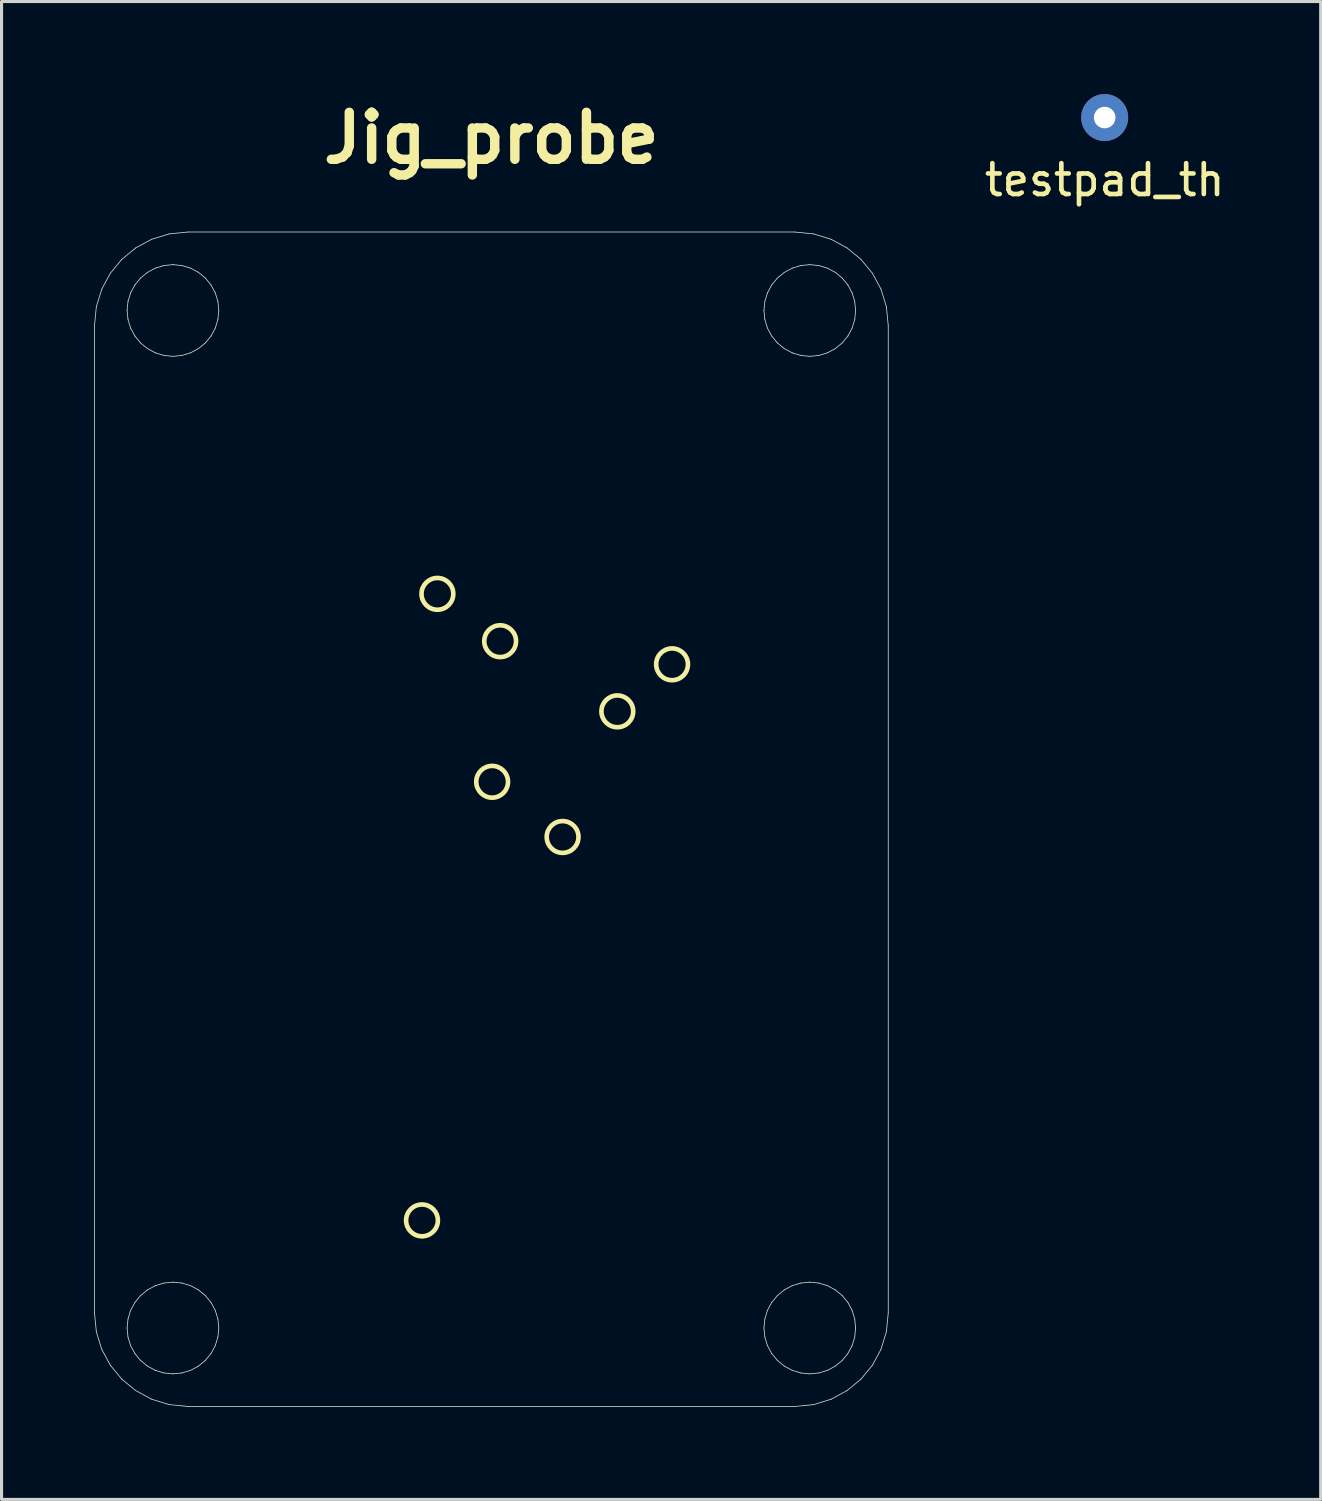
<source format=kicad_pcb>
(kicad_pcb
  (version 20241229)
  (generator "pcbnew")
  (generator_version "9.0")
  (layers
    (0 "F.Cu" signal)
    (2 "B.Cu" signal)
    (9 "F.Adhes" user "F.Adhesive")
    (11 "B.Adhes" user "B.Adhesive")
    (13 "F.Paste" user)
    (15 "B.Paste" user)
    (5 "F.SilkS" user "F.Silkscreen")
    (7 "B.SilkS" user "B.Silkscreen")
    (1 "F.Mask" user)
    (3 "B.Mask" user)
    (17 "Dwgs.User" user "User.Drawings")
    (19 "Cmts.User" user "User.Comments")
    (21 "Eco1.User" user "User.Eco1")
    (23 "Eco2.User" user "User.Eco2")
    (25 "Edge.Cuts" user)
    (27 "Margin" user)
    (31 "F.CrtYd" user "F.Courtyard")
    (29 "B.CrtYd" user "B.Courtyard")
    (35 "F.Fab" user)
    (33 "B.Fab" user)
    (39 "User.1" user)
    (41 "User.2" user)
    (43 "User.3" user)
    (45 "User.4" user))
  (footprint "testpad_th"
    (layer "F.Cu")
    (at 32.777 0.762)
    (property "Reference" "testpad_th" (at 0 2.025 0) (layer "F.SilkS") (effects (font (size 1 1) (thickness 0.15))))
    (attr through_hole)
    (pad "1" thru_hole circle (at 0 0) (size 1.524 1.524) (drill 0.7) (layers "*.Cu" "*.Mask")))
  (footprint "Jig_probe"
    (layer "F.Cu")
    (at 12.886 23.52)
    (property "Reference" "Jig_probe" (at 0 -22.093 0) (layer "F.SilkS") (effects (font (size 1.524 1.524) (thickness 0.305))))
    (attr smd)
    (fp_circle (center -2.25 13.01) (end -1.925 12.61) (stroke (width 0.15) (type solid)) (fill no) (layer "F.SilkS"))
    (fp_circle (center -1.75 -7.31) (end -1.425 -7.71) (stroke (width 0.15) (type solid)) (fill no) (layer "F.SilkS"))
    (fp_circle (center 0.025 -1.215) (end 0.54 -1.215) (stroke (width 0.15) (type solid)) (fill no) (layer "F.SilkS"))
    (fp_circle (center 0.285 -5.775) (end 0.61 -6.175) (stroke (width 0.15) (type solid)) (fill no) (layer "F.SilkS"))
    (fp_circle (center 2.31 0.575) (end 2.635 0.175) (stroke (width 0.15) (type solid)) (fill no) (layer "F.SilkS"))
    (fp_circle (center 4.085 -3.5) (end 4.41 -3.9) (stroke (width 0.15) (type solid)) (fill no) (layer "F.SilkS"))
    (fp_circle (center 5.86 -5.025) (end 6.185 -5.425) (stroke (width 0.15) (type solid)) (fill no) (layer "F.SilkS"))
    (fp_line (start -12.872 -16.011) (end -12.872 16.011) (stroke (width 0.026) (type solid)) (layer "Edge.Cuts"))
    (fp_line (start -12.872 16.011) (end -12.811 16.624) (stroke (width 0.026) (type solid)) (layer "Edge.Cuts"))
    (fp_line (start -12.811 -16.624) (end -12.872 -16.011) (stroke (width 0.026) (type solid)) (layer "Edge.Cuts"))
    (fp_line (start -12.811 16.624) (end -12.635 17.194) (stroke (width 0.026) (type solid)) (layer "Edge.Cuts"))
    (fp_line (start -12.635 -17.194) (end -12.811 -16.624) (stroke (width 0.026) (type solid)) (layer "Edge.Cuts"))
    (fp_line (start -12.635 17.194) (end -12.356 17.71) (stroke (width 0.026) (type solid)) (layer "Edge.Cuts"))
    (fp_line (start -12.356 -17.71) (end -12.635 -17.194) (stroke (width 0.026) (type solid)) (layer "Edge.Cuts"))
    (fp_line (start -12.356 17.71) (end -11.986 18.159) (stroke (width 0.026) (type solid)) (layer "Edge.Cuts"))
    (fp_line (start -11.986 -18.159) (end -12.356 -17.71) (stroke (width 0.026) (type solid)) (layer "Edge.Cuts"))
    (fp_line (start -11.986 18.159) (end -11.537 18.528) (stroke (width 0.026) (type solid)) (layer "Edge.Cuts"))
    (fp_line (start -11.814 -16.5) (end -11.784 -16.8) (stroke (width 0.026) (type solid)) (layer "Edge.Cuts"))
    (fp_line (start -11.814 16.5) (end -11.785 16.209) (stroke (width 0.026) (type solid)) (layer "Edge.Cuts"))
    (fp_line (start -11.785 -16.209) (end -11.814 -16.5) (stroke (width 0.026) (type solid)) (layer "Edge.Cuts"))
    (fp_line (start -11.785 16.209) (end -11.701 15.931) (stroke (width 0.026) (type solid)) (layer "Edge.Cuts"))
    (fp_line (start -11.784 -16.8) (end -11.697 -17.079) (stroke (width 0.026) (type solid)) (layer "Edge.Cuts"))
    (fp_line (start -11.784 16.8) (end -11.814 16.5) (stroke (width 0.026) (type solid)) (layer "Edge.Cuts"))
    (fp_line (start -11.701 -15.931) (end -11.785 -16.209) (stroke (width 0.026) (type solid)) (layer "Edge.Cuts"))
    (fp_line (start -11.701 15.931) (end -11.564 15.675) (stroke (width 0.026) (type solid)) (layer "Edge.Cuts"))
    (fp_line (start -11.697 -17.079) (end -11.56 -17.331) (stroke (width 0.026) (type solid)) (layer "Edge.Cuts"))
    (fp_line (start -11.697 17.079) (end -11.784 16.8) (stroke (width 0.026) (type solid)) (layer "Edge.Cuts"))
    (fp_line (start -11.564 -15.675) (end -11.701 -15.931) (stroke (width 0.026) (type solid)) (layer "Edge.Cuts"))
    (fp_line (start -11.564 15.675) (end -11.379 15.449) (stroke (width 0.026) (type solid)) (layer "Edge.Cuts"))
    (fp_line (start -11.56 -17.331) (end -11.379 -17.551) (stroke (width 0.026) (type solid)) (layer "Edge.Cuts"))
    (fp_line (start -11.56 17.331) (end -11.697 17.079) (stroke (width 0.026) (type solid)) (layer "Edge.Cuts"))
    (fp_line (start -11.537 -18.528) (end -11.986 -18.159) (stroke (width 0.026) (type solid)) (layer "Edge.Cuts"))
    (fp_line (start -11.537 18.528) (end -11.022 18.808) (stroke (width 0.026) (type solid)) (layer "Edge.Cuts"))
    (fp_line (start -11.379 -15.449) (end -11.564 -15.675) (stroke (width 0.026) (type solid)) (layer "Edge.Cuts"))
    (fp_line (start -11.379 15.449) (end -11.152 15.263) (stroke (width 0.026) (type solid)) (layer "Edge.Cuts"))
    (fp_line (start -11.379 -17.551) (end -11.159 -17.733) (stroke (width 0.026) (type solid)) (layer "Edge.Cuts"))
    (fp_line (start -11.379 17.551) (end -11.56 17.331) (stroke (width 0.026) (type solid)) (layer "Edge.Cuts"))
    (fp_line (start -11.159 -17.733) (end -10.906 -17.87) (stroke (width 0.026) (type solid)) (layer "Edge.Cuts"))
    (fp_line (start -11.159 17.733) (end -11.379 17.551) (stroke (width 0.026) (type solid)) (layer "Edge.Cuts"))
    (fp_line (start -11.152 -15.263) (end -11.379 -15.449) (stroke (width 0.026) (type solid)) (layer "Edge.Cuts"))
    (fp_line (start -11.152 15.263) (end -10.896 15.126) (stroke (width 0.026) (type solid)) (layer "Edge.Cuts"))
    (fp_line (start -11.022 -18.808) (end -11.537 -18.528) (stroke (width 0.026) (type solid)) (layer "Edge.Cuts"))
    (fp_line (start -11.022 18.808) (end -10.452 18.984) (stroke (width 0.026) (type solid)) (layer "Edge.Cuts"))
    (fp_line (start -10.906 -17.87) (end -10.627 -17.957) (stroke (width 0.026) (type solid)) (layer "Edge.Cuts"))
    (fp_line (start -10.906 17.87) (end -11.159 17.733) (stroke (width 0.026) (type solid)) (layer "Edge.Cuts"))
    (fp_line (start -10.896 -15.126) (end -11.152 -15.263) (stroke (width 0.026) (type solid)) (layer "Edge.Cuts"))
    (fp_line (start -10.896 15.126) (end -10.619 15.042) (stroke (width 0.026) (type solid)) (layer "Edge.Cuts"))
    (fp_line (start -10.627 -17.957) (end -10.327 -17.987) (stroke (width 0.026) (type solid)) (layer "Edge.Cuts"))
    (fp_line (start -10.627 17.957) (end -10.906 17.87) (stroke (width 0.026) (type solid)) (layer "Edge.Cuts"))
    (fp_line (start -10.619 -15.042) (end -10.896 -15.126) (stroke (width 0.026) (type solid)) (layer "Edge.Cuts"))
    (fp_line (start -10.619 15.042) (end -10.327 15.013) (stroke (width 0.026) (type solid)) (layer "Edge.Cuts"))
    (fp_line (start -10.452 -18.984) (end -11.022 -18.808) (stroke (width 0.026) (type solid)) (layer "Edge.Cuts"))
    (fp_line (start -10.452 18.984) (end -9.839 19.045) (stroke (width 0.026) (type solid)) (layer "Edge.Cuts"))
    (fp_line (start -10.327 -17.987) (end -10.036 -17.958) (stroke (width 0.026) (type solid)) (layer "Edge.Cuts"))
    (fp_line (start -10.327 -17.987) (end -10.327 -17.987) (stroke (width 0.026) (type solid)) (layer "Edge.Cuts"))
    (fp_line (start -10.327 17.987) (end -10.627 17.957) (stroke (width 0.026) (type solid)) (layer "Edge.Cuts"))
    (fp_line (start -10.327 -15.013) (end -10.619 -15.042) (stroke (width 0.026) (type solid)) (layer "Edge.Cuts"))
    (fp_line (start -10.327 15.013) (end -10.327 15.013) (stroke (width 0.026) (type solid)) (layer "Edge.Cuts"))
    (fp_line (start -10.327 15.013) (end -10.036 15.042) (stroke (width 0.026) (type solid)) (layer "Edge.Cuts"))
    (fp_line (start -10.036 -17.958) (end -9.758 -17.874) (stroke (width 0.026) (type solid)) (layer "Edge.Cuts"))
    (fp_line (start -10.036 17.958) (end -10.327 17.987) (stroke (width 0.026) (type solid)) (layer "Edge.Cuts"))
    (fp_line (start -10.036 -15.042) (end -10.327 -15.013) (stroke (width 0.026) (type solid)) (layer "Edge.Cuts"))
    (fp_line (start -10.036 15.042) (end -9.758 15.126) (stroke (width 0.026) (type solid)) (layer "Edge.Cuts"))
    (fp_line (start -9.839 -19.045) (end -10.452 -18.984) (stroke (width 0.026) (type solid)) (layer "Edge.Cuts"))
    (fp_line (start -9.839 19.045) (end 9.839 19.045) (stroke (width 0.026) (type solid)) (layer "Edge.Cuts"))
    (fp_line (start -9.758 -17.874) (end -9.502 -17.737) (stroke (width 0.026) (type solid)) (layer "Edge.Cuts"))
    (fp_line (start -9.758 17.874) (end -10.036 17.958) (stroke (width 0.026) (type solid)) (layer "Edge.Cuts"))
    (fp_line (start -9.758 -15.126) (end -10.036 -15.042) (stroke (width 0.026) (type solid)) (layer "Edge.Cuts"))
    (fp_line (start -9.758 15.126) (end -9.502 15.263) (stroke (width 0.026) (type solid)) (layer "Edge.Cuts"))
    (fp_line (start -9.502 -17.737) (end -9.276 -17.552) (stroke (width 0.026) (type solid)) (layer "Edge.Cuts"))
    (fp_line (start -9.502 17.737) (end -9.758 17.874) (stroke (width 0.026) (type solid)) (layer "Edge.Cuts"))
    (fp_line (start -9.502 -15.263) (end -9.758 -15.126) (stroke (width 0.026) (type solid)) (layer "Edge.Cuts"))
    (fp_line (start -9.502 15.263) (end -9.276 15.448) (stroke (width 0.026) (type solid)) (layer "Edge.Cuts"))
    (fp_line (start -9.276 -17.552) (end -9.09 -17.325) (stroke (width 0.026) (type solid)) (layer "Edge.Cuts"))
    (fp_line (start -9.276 17.551) (end -9.502 17.737) (stroke (width 0.026) (type solid)) (layer "Edge.Cuts"))
    (fp_line (start -9.276 -15.448) (end -9.502 -15.263) (stroke (width 0.026) (type solid)) (layer "Edge.Cuts"))
    (fp_line (start -9.276 15.448) (end -9.09 15.675) (stroke (width 0.026) (type solid)) (layer "Edge.Cuts"))
    (fp_line (start -9.09 -17.325) (end -8.953 -17.069) (stroke (width 0.026) (type solid)) (layer "Edge.Cuts"))
    (fp_line (start -9.09 17.325) (end -9.276 17.551) (stroke (width 0.026) (type solid)) (layer "Edge.Cuts"))
    (fp_line (start -9.09 -15.675) (end -9.276 -15.448) (stroke (width 0.026) (type solid)) (layer "Edge.Cuts"))
    (fp_line (start -9.09 15.675) (end -8.953 15.931) (stroke (width 0.026) (type solid)) (layer "Edge.Cuts"))
    (fp_line (start -8.953 -17.069) (end -8.869 -16.792) (stroke (width 0.026) (type solid)) (layer "Edge.Cuts"))
    (fp_line (start -8.953 17.069) (end -9.09 17.325) (stroke (width 0.026) (type solid)) (layer "Edge.Cuts"))
    (fp_line (start -8.953 -15.931) (end -9.09 -15.675) (stroke (width 0.026) (type solid)) (layer "Edge.Cuts"))
    (fp_line (start -8.953 15.931) (end -8.869 16.209) (stroke (width 0.026) (type solid)) (layer "Edge.Cuts"))
    (fp_line (start -8.869 -16.792) (end -8.84 -16.5) (stroke (width 0.026) (type solid)) (layer "Edge.Cuts"))
    (fp_line (start -8.869 16.792) (end -8.953 17.069) (stroke (width 0.026) (type solid)) (layer "Edge.Cuts"))
    (fp_line (start -8.869 -16.209) (end -8.953 -15.931) (stroke (width 0.026) (type solid)) (layer "Edge.Cuts"))
    (fp_line (start -8.869 16.209) (end -8.84 16.5) (stroke (width 0.026) (type solid)) (layer "Edge.Cuts"))
    (fp_line (start -8.84 -16.5) (end -8.869 -16.209) (stroke (width 0.026) (type solid)) (layer "Edge.Cuts"))
    (fp_line (start -8.84 16.5) (end -8.869 16.792) (stroke (width 0.026) (type solid)) (layer "Edge.Cuts"))
    (fp_line (start 8.84 16.5) (end 8.869 16.209) (stroke (width 0.026) (type solid)) (layer "Edge.Cuts"))
    (fp_line (start 8.84 -16.5) (end 8.869 -16.792) (stroke (width 0.026) (type solid)) (layer "Edge.Cuts"))
    (fp_line (start 8.869 16.209) (end 8.953 15.931) (stroke (width 0.026) (type solid)) (layer "Edge.Cuts"))
    (fp_line (start 8.869 -16.209) (end 8.84 -16.5) (stroke (width 0.026) (type solid)) (layer "Edge.Cuts"))
    (fp_line (start 8.869 16.792) (end 8.84 16.5) (stroke (width 0.026) (type solid)) (layer "Edge.Cuts"))
    (fp_line (start 8.869 -16.792) (end 8.954 -17.069) (stroke (width 0.026) (type solid)) (layer "Edge.Cuts"))
    (fp_line (start 8.953 15.931) (end 9.09 15.675) (stroke (width 0.026) (type solid)) (layer "Edge.Cuts"))
    (fp_line (start 8.953 -15.931) (end 8.869 -16.209) (stroke (width 0.026) (type solid)) (layer "Edge.Cuts"))
    (fp_line (start 8.954 17.069) (end 8.869 16.792) (stroke (width 0.026) (type solid)) (layer "Edge.Cuts"))
    (fp_line (start 8.954 -17.069) (end 9.09 -17.325) (stroke (width 0.026) (type solid)) (layer "Edge.Cuts"))
    (fp_line (start 9.09 15.675) (end 9.276 15.448) (stroke (width 0.026) (type solid)) (layer "Edge.Cuts"))
    (fp_line (start 9.09 -15.675) (end 8.953 -15.931) (stroke (width 0.026) (type solid)) (layer "Edge.Cuts"))
    (fp_line (start 9.09 17.325) (end 8.954 17.069) (stroke (width 0.026) (type solid)) (layer "Edge.Cuts"))
    (fp_line (start 9.09 -17.325) (end 9.276 -17.552) (stroke (width 0.026) (type solid)) (layer "Edge.Cuts"))
    (fp_line (start 9.276 15.448) (end 9.502 15.263) (stroke (width 0.026) (type solid)) (layer "Edge.Cuts"))
    (fp_line (start 9.276 -15.448) (end 9.09 -15.675) (stroke (width 0.026) (type solid)) (layer "Edge.Cuts"))
    (fp_line (start 9.276 17.551) (end 9.09 17.325) (stroke (width 0.026) (type solid)) (layer "Edge.Cuts"))
    (fp_line (start 9.276 -17.552) (end 9.502 -17.737) (stroke (width 0.026) (type solid)) (layer "Edge.Cuts"))
    (fp_line (start 9.502 15.263) (end 9.758 15.126) (stroke (width 0.026) (type solid)) (layer "Edge.Cuts"))
    (fp_line (start 9.502 -15.263) (end 9.276 -15.448) (stroke (width 0.026) (type solid)) (layer "Edge.Cuts"))
    (fp_line (start 9.502 17.737) (end 9.276 17.551) (stroke (width 0.026) (type solid)) (layer "Edge.Cuts"))
    (fp_line (start 9.502 -17.737) (end 9.758 -17.874) (stroke (width 0.026) (type solid)) (layer "Edge.Cuts"))
    (fp_line (start 9.758 15.126) (end 10.036 15.042) (stroke (width 0.026) (type solid)) (layer "Edge.Cuts"))
    (fp_line (start 9.758 -15.126) (end 9.502 -15.263) (stroke (width 0.026) (type solid)) (layer "Edge.Cuts"))
    (fp_line (start 9.758 17.874) (end 9.502 17.737) (stroke (width 0.026) (type solid)) (layer "Edge.Cuts"))
    (fp_line (start 9.758 -17.874) (end 10.036 -17.958) (stroke (width 0.026) (type solid)) (layer "Edge.Cuts"))
    (fp_line (start 9.839 -19.045) (end -9.839 -19.045) (stroke (width 0.026) (type solid)) (layer "Edge.Cuts"))
    (fp_line (start 9.839 19.045) (end 10.452 18.984) (stroke (width 0.026) (type solid)) (layer "Edge.Cuts"))
    (fp_line (start 10.036 15.042) (end 10.327 15.013) (stroke (width 0.026) (type solid)) (layer "Edge.Cuts"))
    (fp_line (start 10.036 -15.042) (end 9.758 -15.126) (stroke (width 0.026) (type solid)) (layer "Edge.Cuts"))
    (fp_line (start 10.036 17.958) (end 9.758 17.874) (stroke (width 0.026) (type solid)) (layer "Edge.Cuts"))
    (fp_line (start 10.036 -17.958) (end 10.328 -17.987) (stroke (width 0.026) (type solid)) (layer "Edge.Cuts"))
    (fp_line (start 10.327 15.013) (end 10.328 15.013) (stroke (width 0.026) (type solid)) (layer "Edge.Cuts"))
    (fp_line (start 10.327 -15.013) (end 10.036 -15.042) (stroke (width 0.026) (type solid)) (layer "Edge.Cuts"))
    (fp_line (start 10.328 -17.987) (end 10.627 -17.957) (stroke (width 0.026) (type solid)) (layer "Edge.Cuts"))
    (fp_line (start 10.328 15.013) (end 10.619 15.042) (stroke (width 0.026) (type solid)) (layer "Edge.Cuts"))
    (fp_line (start 10.328 17.987) (end 10.036 17.958) (stroke (width 0.026) (type solid)) (layer "Edge.Cuts"))
    (fp_line (start 10.328 -17.987) (end 10.328 -17.987) (stroke (width 0.026) (type solid)) (layer "Edge.Cuts"))
    (fp_line (start 10.452 -18.984) (end 9.839 -19.045) (stroke (width 0.026) (type solid)) (layer "Edge.Cuts"))
    (fp_line (start 10.452 18.984) (end 11.022 18.808) (stroke (width 0.026) (type solid)) (layer "Edge.Cuts"))
    (fp_line (start 10.619 -15.042) (end 10.327 -15.013) (stroke (width 0.026) (type solid)) (layer "Edge.Cuts"))
    (fp_line (start 10.619 15.042) (end 10.897 15.126) (stroke (width 0.026) (type solid)) (layer "Edge.Cuts"))
    (fp_line (start 10.627 -17.957) (end 10.906 -17.87) (stroke (width 0.026) (type solid)) (layer "Edge.Cuts"))
    (fp_line (start 10.627 17.957) (end 10.328 17.987) (stroke (width 0.026) (type solid)) (layer "Edge.Cuts"))
    (fp_line (start 10.897 -15.126) (end 10.619 -15.042) (stroke (width 0.026) (type solid)) (layer "Edge.Cuts"))
    (fp_line (start 10.897 15.126) (end 11.152 15.263) (stroke (width 0.026) (type solid)) (layer "Edge.Cuts"))
    (fp_line (start 10.906 -17.87) (end 11.159 -17.733) (stroke (width 0.026) (type solid)) (layer "Edge.Cuts"))
    (fp_line (start 10.906 17.87) (end 10.627 17.957) (stroke (width 0.026) (type solid)) (layer "Edge.Cuts"))
    (fp_line (start 11.022 -18.808) (end 10.452 -18.984) (stroke (width 0.026) (type solid)) (layer "Edge.Cuts"))
    (fp_line (start 11.022 18.808) (end 11.537 18.528) (stroke (width 0.026) (type solid)) (layer "Edge.Cuts"))
    (fp_line (start 11.152 -15.263) (end 10.897 -15.126) (stroke (width 0.026) (type solid)) (layer "Edge.Cuts"))
    (fp_line (start 11.152 15.263) (end 11.379 15.449) (stroke (width 0.026) (type solid)) (layer "Edge.Cuts"))
    (fp_line (start 11.159 -17.733) (end 11.379 -17.551) (stroke (width 0.026) (type solid)) (layer "Edge.Cuts"))
    (fp_line (start 11.159 17.733) (end 10.906 17.87) (stroke (width 0.026) (type solid)) (layer "Edge.Cuts"))
    (fp_line (start 11.379 -17.551) (end 11.56 -17.331) (stroke (width 0.026) (type solid)) (layer "Edge.Cuts"))
    (fp_line (start 11.379 17.551) (end 11.159 17.733) (stroke (width 0.026) (type solid)) (layer "Edge.Cuts"))
    (fp_line (start 11.379 -15.449) (end 11.152 -15.263) (stroke (width 0.026) (type solid)) (layer "Edge.Cuts"))
    (fp_line (start 11.379 15.449) (end 11.565 15.675) (stroke (width 0.026) (type solid)) (layer "Edge.Cuts"))
    (fp_line (start 11.537 -18.528) (end 11.022 -18.808) (stroke (width 0.026) (type solid)) (layer "Edge.Cuts"))
    (fp_line (start 11.537 18.528) (end 11.986 18.159) (stroke (width 0.026) (type solid)) (layer "Edge.Cuts"))
    (fp_line (start 11.56 -17.331) (end 11.697 -17.079) (stroke (width 0.026) (type solid)) (layer "Edge.Cuts"))
    (fp_line (start 11.56 17.331) (end 11.379 17.551) (stroke (width 0.026) (type solid)) (layer "Edge.Cuts"))
    (fp_line (start 11.565 -15.675) (end 11.379 -15.449) (stroke (width 0.026) (type solid)) (layer "Edge.Cuts"))
    (fp_line (start 11.565 15.675) (end 11.701 15.931) (stroke (width 0.026) (type solid)) (layer "Edge.Cuts"))
    (fp_line (start 11.697 -17.079) (end 11.784 -16.8) (stroke (width 0.026) (type solid)) (layer "Edge.Cuts"))
    (fp_line (start 11.697 17.079) (end 11.56 17.331) (stroke (width 0.026) (type solid)) (layer "Edge.Cuts"))
    (fp_line (start 11.701 -15.931) (end 11.565 -15.675) (stroke (width 0.026) (type solid)) (layer "Edge.Cuts"))
    (fp_line (start 11.701 15.931) (end 11.785 16.209) (stroke (width 0.026) (type solid)) (layer "Edge.Cuts"))
    (fp_line (start 11.784 -16.8) (end 11.814 -16.5) (stroke (width 0.026) (type solid)) (layer "Edge.Cuts"))
    (fp_line (start 11.784 16.8) (end 11.697 17.079) (stroke (width 0.026) (type solid)) (layer "Edge.Cuts"))
    (fp_line (start 11.785 -16.209) (end 11.701 -15.931) (stroke (width 0.026) (type solid)) (layer "Edge.Cuts"))
    (fp_line (start 11.785 16.209) (end 11.814 16.5) (stroke (width 0.026) (type solid)) (layer "Edge.Cuts"))
    (fp_line (start 11.814 -16.5) (end 11.785 -16.209) (stroke (width 0.026) (type solid)) (layer "Edge.Cuts"))
    (fp_line (start 11.814 16.5) (end 11.784 16.8) (stroke (width 0.026) (type solid)) (layer "Edge.Cuts"))
    (fp_line (start 11.986 -18.159) (end 11.537 -18.528) (stroke (width 0.026) (type solid)) (layer "Edge.Cuts"))
    (fp_line (start 11.986 18.159) (end 12.356 17.71) (stroke (width 0.026) (type solid)) (layer "Edge.Cuts"))
    (fp_line (start 12.356 -17.71) (end 11.986 -18.159) (stroke (width 0.026) (type solid)) (layer "Edge.Cuts"))
    (fp_line (start 12.356 17.71) (end 12.635 17.194) (stroke (width 0.026) (type solid)) (layer "Edge.Cuts"))
    (fp_line (start 12.635 -17.194) (end 12.356 -17.71) (stroke (width 0.026) (type solid)) (layer "Edge.Cuts"))
    (fp_line (start 12.635 17.194) (end 12.811 16.624) (stroke (width 0.026) (type solid)) (layer "Edge.Cuts"))
    (fp_line (start 12.811 -16.624) (end 12.635 -17.194) (stroke (width 0.026) (type solid)) (layer "Edge.Cuts"))
    (fp_line (start 12.811 16.624) (end 12.872 16.011) (stroke (width 0.026) (type solid)) (layer "Edge.Cuts"))
    (fp_line (start 12.872 -16.011) (end 12.811 -16.624) (stroke (width 0.026) (type solid)) (layer "Edge.Cuts"))
    (fp_line (start 12.872 16.011) (end 12.872 -16.011) (stroke (width 0.026) (type solid)) (layer "Edge.Cuts")))
  (gr_rect
    (start -3 -3)
    (end 39.783 45.578)
    (stroke (width 0.1) (type default))
    (fill no)
    (layer "Edge.Cuts")))
</source>
